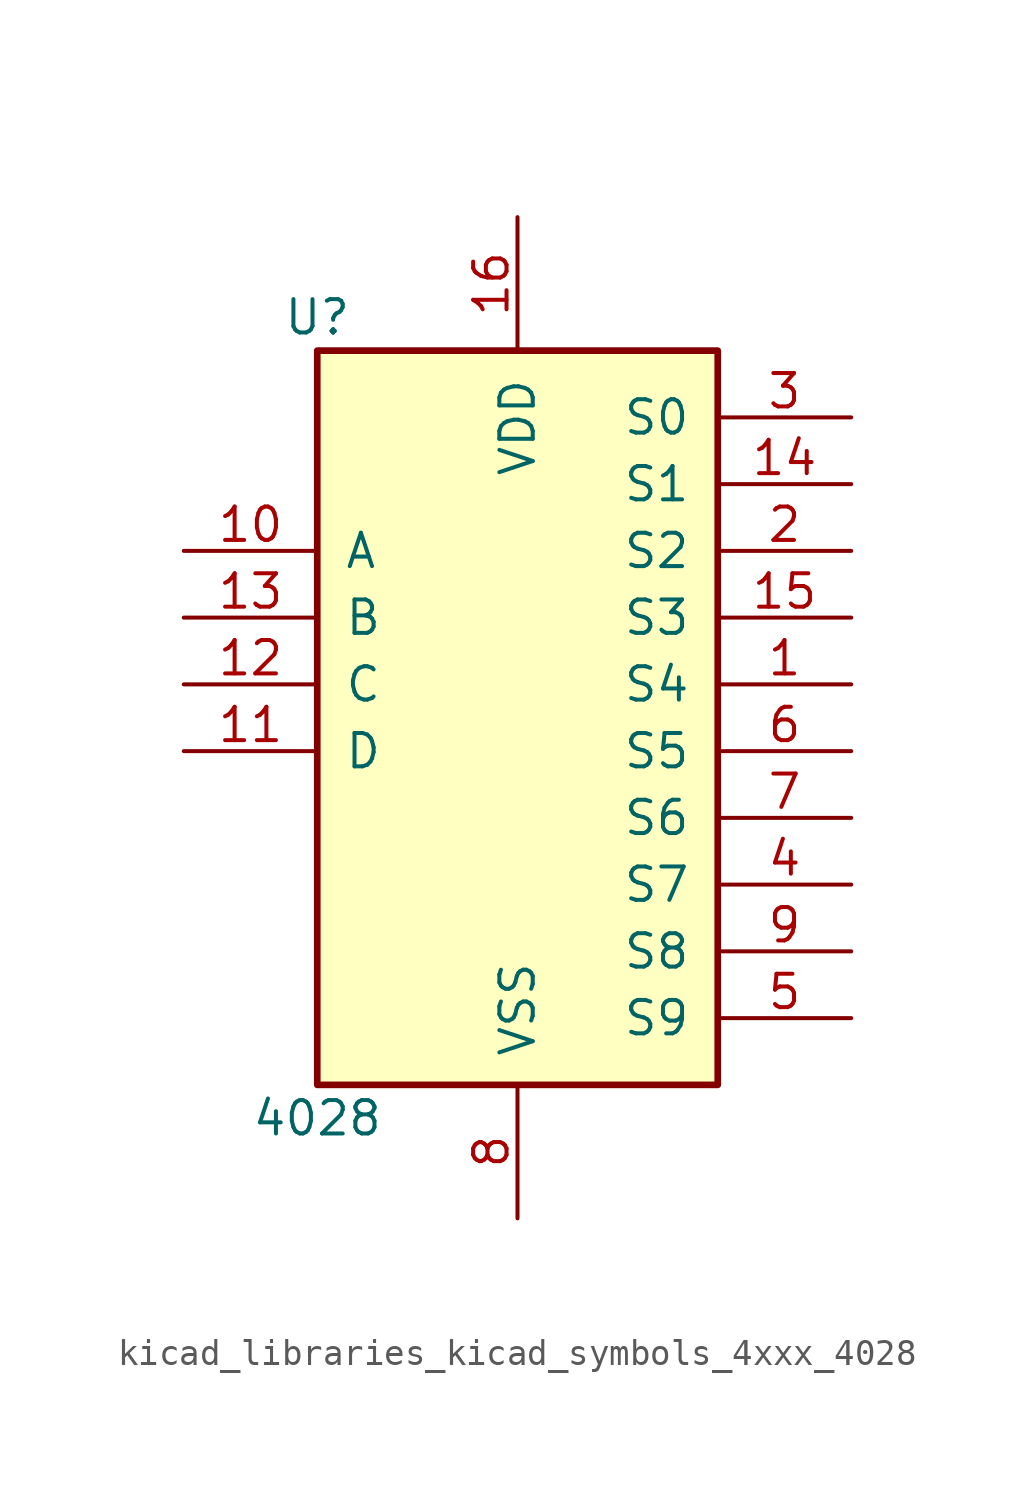
<source format=kicad_sym>
(kicad_symbol_lib
  (version 20220914)
  (generator kicad_symbol_editor)
  (symbol "kicad_libraries_kicad_symbols_4xxx_4028"
    (pin_names
      (offset 1.016))
    (property "Reference" "U"
      (at -7.62 13.97 0)
      (effects (font (size 1.27 1.27))))
    (property "Value" "4028"
      (at -7.62 -16.51 0)
      (effects (font (size 1.27 1.27))))
    (property "ki_locked" ""
      (at 0 0 0)
      (effects (font (size 1.27 1.27))))
    (symbol "kicad_libraries_kicad_symbols_4xxx_4028_1_0"
      (pin output line (at 12.7 0 180) (length 5.08) (name "S4" (effects (font (size 1.27 1.27)))) (number "1" (effects (font (size 1.27 1.27)))))
      (pin input line (at -12.7 5.08 0) (length 5.08) (name "A" (effects (font (size 1.27 1.27)))) (number "10" (effects (font (size 1.27 1.27)))))
      (pin input line (at -12.7 -2.54 0) (length 5.08) (name "D" (effects (font (size 1.27 1.27)))) (number "11" (effects (font (size 1.27 1.27)))))
      (pin input line (at -12.7 0 0) (length 5.08) (name "C" (effects (font (size 1.27 1.27)))) (number "12" (effects (font (size 1.27 1.27)))))
      (pin input line (at -12.7 2.54 0) (length 5.08) (name "B" (effects (font (size 1.27 1.27)))) (number "13" (effects (font (size 1.27 1.27)))))
      (pin output line (at 12.7 7.62 180) (length 5.08) (name "S1" (effects (font (size 1.27 1.27)))) (number "14" (effects (font (size 1.27 1.27)))))
      (pin output line (at 12.7 2.54 180) (length 5.08) (name "S3" (effects (font (size 1.27 1.27)))) (number "15" (effects (font (size 1.27 1.27)))))
      (pin power_in line (at 0 17.78 270) (length 5.08) (name "VDD" (effects (font (size 1.27 1.27)))) (number "16" (effects (font (size 1.27 1.27)))))
      (pin output line (at 12.7 5.08 180) (length 5.08) (name "S2" (effects (font (size 1.27 1.27)))) (number "2" (effects (font (size 1.27 1.27)))))
      (pin output line (at 12.7 10.16 180) (length 5.08) (name "S0" (effects (font (size 1.27 1.27)))) (number "3" (effects (font (size 1.27 1.27)))))
      (pin output line (at 12.7 -7.62 180) (length 5.08) (name "S7" (effects (font (size 1.27 1.27)))) (number "4" (effects (font (size 1.27 1.27)))))
      (pin output line (at 12.7 -12.7 180) (length 5.08) (name "S9" (effects (font (size 1.27 1.27)))) (number "5" (effects (font (size 1.27 1.27)))))
      (pin output line (at 12.7 -2.54 180) (length 5.08) (name "S5" (effects (font (size 1.27 1.27)))) (number "6" (effects (font (size 1.27 1.27)))))
      (pin output line (at 12.7 -5.08 180) (length 5.08) (name "S6" (effects (font (size 1.27 1.27)))) (number "7" (effects (font (size 1.27 1.27)))))
      (pin power_in line (at 0 -20.32 90) (length 5.08) (name "VSS" (effects (font (size 1.27 1.27)))) (number "8" (effects (font (size 1.27 1.27)))))
      (pin output line (at 12.7 -10.16 180) (length 5.08) (name "S8" (effects (font (size 1.27 1.27)))) (number "9" (effects (font (size 1.27 1.27))))))
    (symbol "kicad_libraries_kicad_symbols_4xxx_4028_1_1"
      (rectangle (start -7.62 12.7) (end 7.62 -15.24) (stroke (width 0.254) (type default)) (fill (type background))))))
</source>
